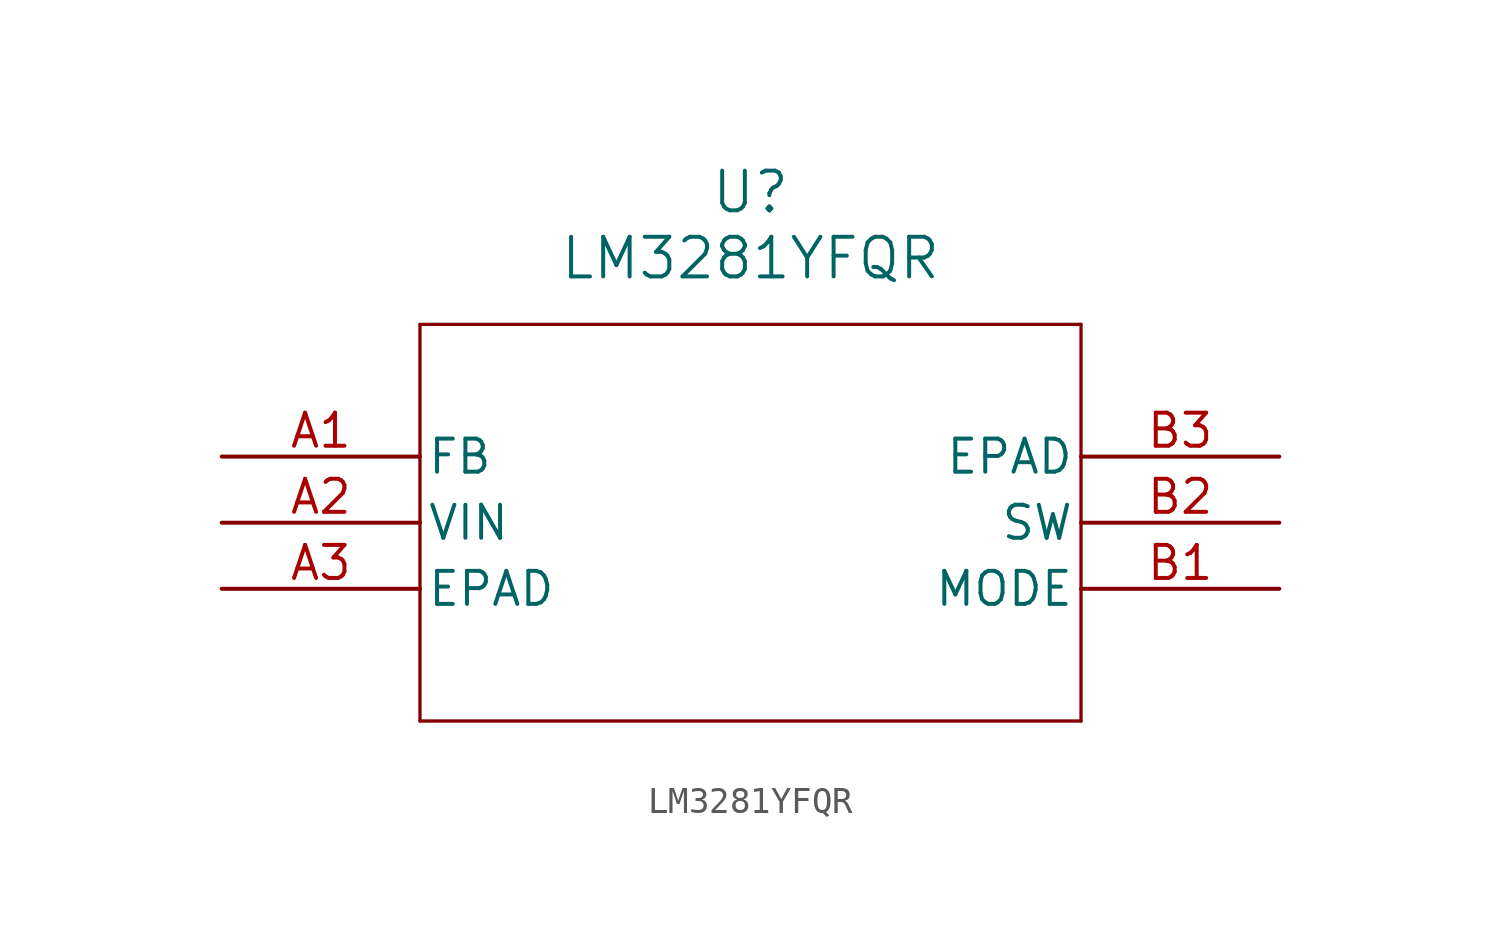
<source format=kicad_sym>
(kicad_symbol_lib
  (version 20211014)
  (generator kicad_symbol_editor)
  (symbol "LM3281YFQR"
    (pin_names
      (offset 0.254))
    (property "Reference" "U"
      (at 20.32 10.16 0)
      (effects (font (size 1.524 1.524))))
    (property "Value" "LM3281YFQR"
      (at 20.32 7.62 0)
      (effects (font (size 1.524 1.524))))
    (symbol "LM3281YFQR_0_1"
      (polyline (pts (xy 7.62 5.08) (xy 7.62 -10.16)) (stroke (width 0.127) (type default) (color 0 0 0 0)) (fill (type none)))
      (polyline (pts (xy 7.62 -10.16) (xy 33.02 -10.16)) (stroke (width 0.127) (type default) (color 0 0 0 0)) (fill (type none)))
      (polyline (pts (xy 33.02 -10.16) (xy 33.02 5.08)) (stroke (width 0.127) (type default) (color 0 0 0 0)) (fill (type none)))
      (polyline (pts (xy 33.02 5.08) (xy 7.62 5.08)) (stroke (width 0.127) (type default) (color 0 0 0 0)) (fill (type none)))
      (pin output line (at 0 0 0) (length 7.62) (name "FB" (effects (font (size 1.27 1.27)))) (number "A1" (effects (font (size 1.27 1.27)))))
      (pin input line (at 0 -2.54 0) (length 7.62) (name "VIN" (effects (font (size 1.27 1.27)))) (number "A2" (effects (font (size 1.27 1.27)))))
      (pin unspecified line (at 0 -5.08 0) (length 7.62) (name "EPAD" (effects (font (size 1.27 1.27)))) (number "A3" (effects (font (size 1.27 1.27)))))
      (pin unspecified line (at 40.64 -5.08 180) (length 7.62) (name "MODE" (effects (font (size 1.27 1.27)))) (number "B1" (effects (font (size 1.27 1.27)))))
      (pin unspecified line (at 40.64 -2.54 180) (length 7.62) (name "SW" (effects (font (size 1.27 1.27)))) (number "B2" (effects (font (size 1.27 1.27)))))
      (pin unspecified line (at 40.64 0 180) (length 7.62) (name "EPAD" (effects (font (size 1.27 1.27)))) (number "B3" (effects (font (size 1.27 1.27))))))))
</source>
